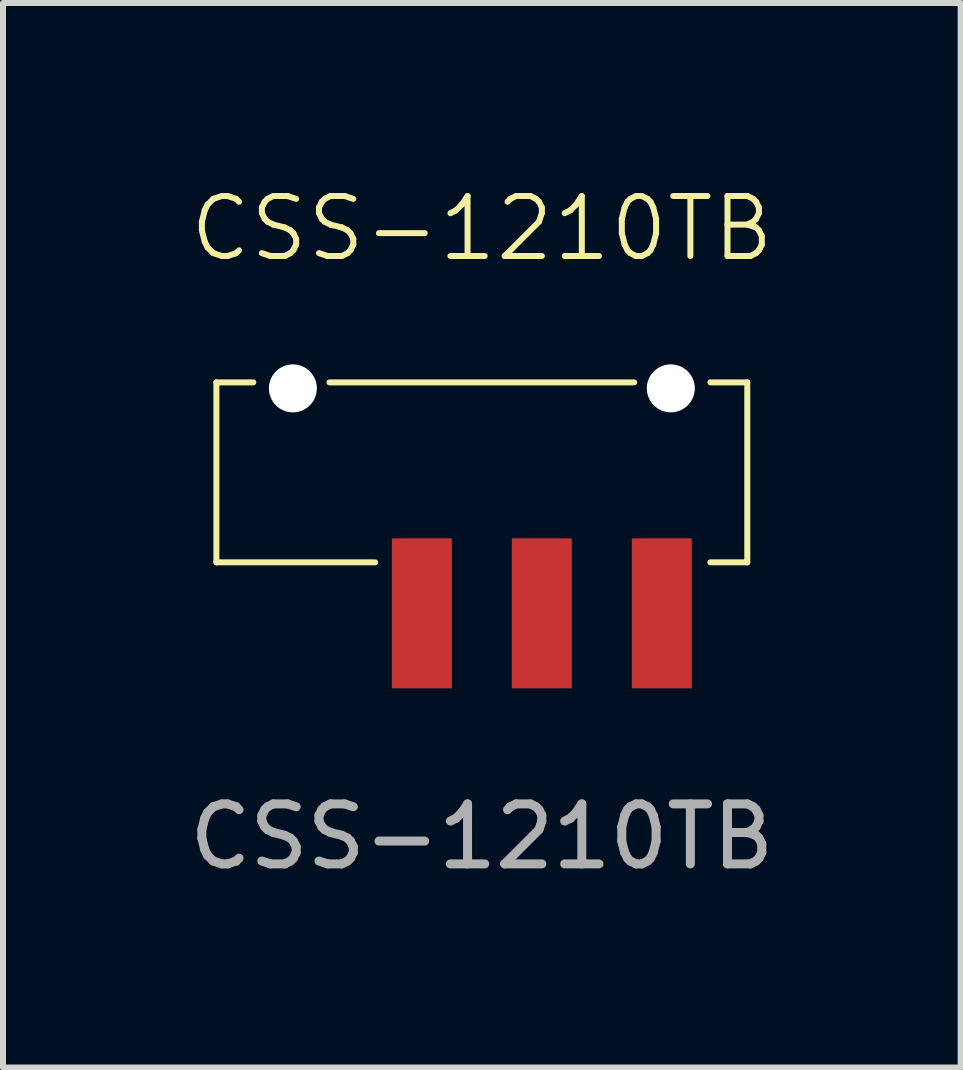
<source format=kicad_pcb>
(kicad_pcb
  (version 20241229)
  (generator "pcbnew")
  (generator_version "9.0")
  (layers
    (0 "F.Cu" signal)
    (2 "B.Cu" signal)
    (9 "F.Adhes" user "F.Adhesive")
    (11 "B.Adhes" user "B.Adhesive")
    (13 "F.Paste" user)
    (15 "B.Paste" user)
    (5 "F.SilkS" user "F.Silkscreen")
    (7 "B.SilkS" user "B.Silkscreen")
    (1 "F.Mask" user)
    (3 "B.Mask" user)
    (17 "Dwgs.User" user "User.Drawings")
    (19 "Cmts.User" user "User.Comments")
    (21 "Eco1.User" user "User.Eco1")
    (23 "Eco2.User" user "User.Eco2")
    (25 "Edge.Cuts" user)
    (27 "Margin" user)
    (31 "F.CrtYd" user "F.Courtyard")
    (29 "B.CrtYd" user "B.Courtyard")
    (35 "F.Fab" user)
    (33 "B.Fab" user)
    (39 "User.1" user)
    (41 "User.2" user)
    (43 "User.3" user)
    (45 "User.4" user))
  (footprint "CSS-1210TB"
    (layer "F.Cu")
    (at 4.982 4.824)
    (property "Reference" "CSS-1210TB" (at 0 -4.064 0) (unlocked yes) (layer "F.SilkS") (effects (font (size 1 1) (thickness 0.1))))
    (attr smd)
    (fp_line (start -4.425 1.5) (end -4.425 -1.5) (stroke (width 0.1) (type default)) (layer "F.SilkS"))
    (fp_line (start -3.81 -1.5) (end -4.425 -1.5) (stroke (width 0.1) (type default)) (layer "F.SilkS"))
    (fp_line (start -1.778 1.5) (end -4.425 1.5) (stroke (width 0.1) (type default)) (layer "F.SilkS"))
    (fp_line (start 2.54 -1.5) (end -2.54 -1.5) (stroke (width 0.1) (type default)) (layer "F.SilkS"))
    (fp_line (start 4.425 -1.5) (end 3.81 -1.5) (stroke (width 0.1) (type default)) (layer "F.SilkS"))
    (fp_line (start 4.425 1.5) (end 3.81 1.5) (stroke (width 0.1) (type default)) (layer "F.SilkS"))
    (fp_line (start 4.425 1.5) (end 4.425 -1.5) (stroke (width 0.1) (type default)) (layer "F.SilkS"))
    (fp_text user "${REFERENCE}" (at 0 6.072 0) (unlocked yes) (layer "F.Fab") (effects (font (size 1 1) (thickness 0.15))))
    (pad "" np_thru_hole circle (at -3.15 -1.4) (size 0.8 0.8) (drill 0.8) (layers "*.Cu" "*.Mask"))
    (pad "" np_thru_hole circle (at 3.15 -1.4) (size 0.8 0.8) (drill 0.8) (layers "*.Cu" "*.Mask"))
    (pad "1" smd rect (at 1 2.35) (size 1 2.5) (layers "F.Cu" "F.Mask" "F.Paste"))
    (pad "2" smd rect (at -1 2.35) (size 1 2.5) (layers "F.Cu" "F.Mask" "F.Paste"))
    (pad "3" smd rect (at 3 2.35) (size 1 2.5) (layers "F.Cu" "F.Mask" "F.Paste")))
  (gr_rect
    (start -3 -3)
    (end 12.964 14.745)
    (stroke (width 0.1) (type default))
    (fill no)
    (layer "Edge.Cuts")))
</source>
